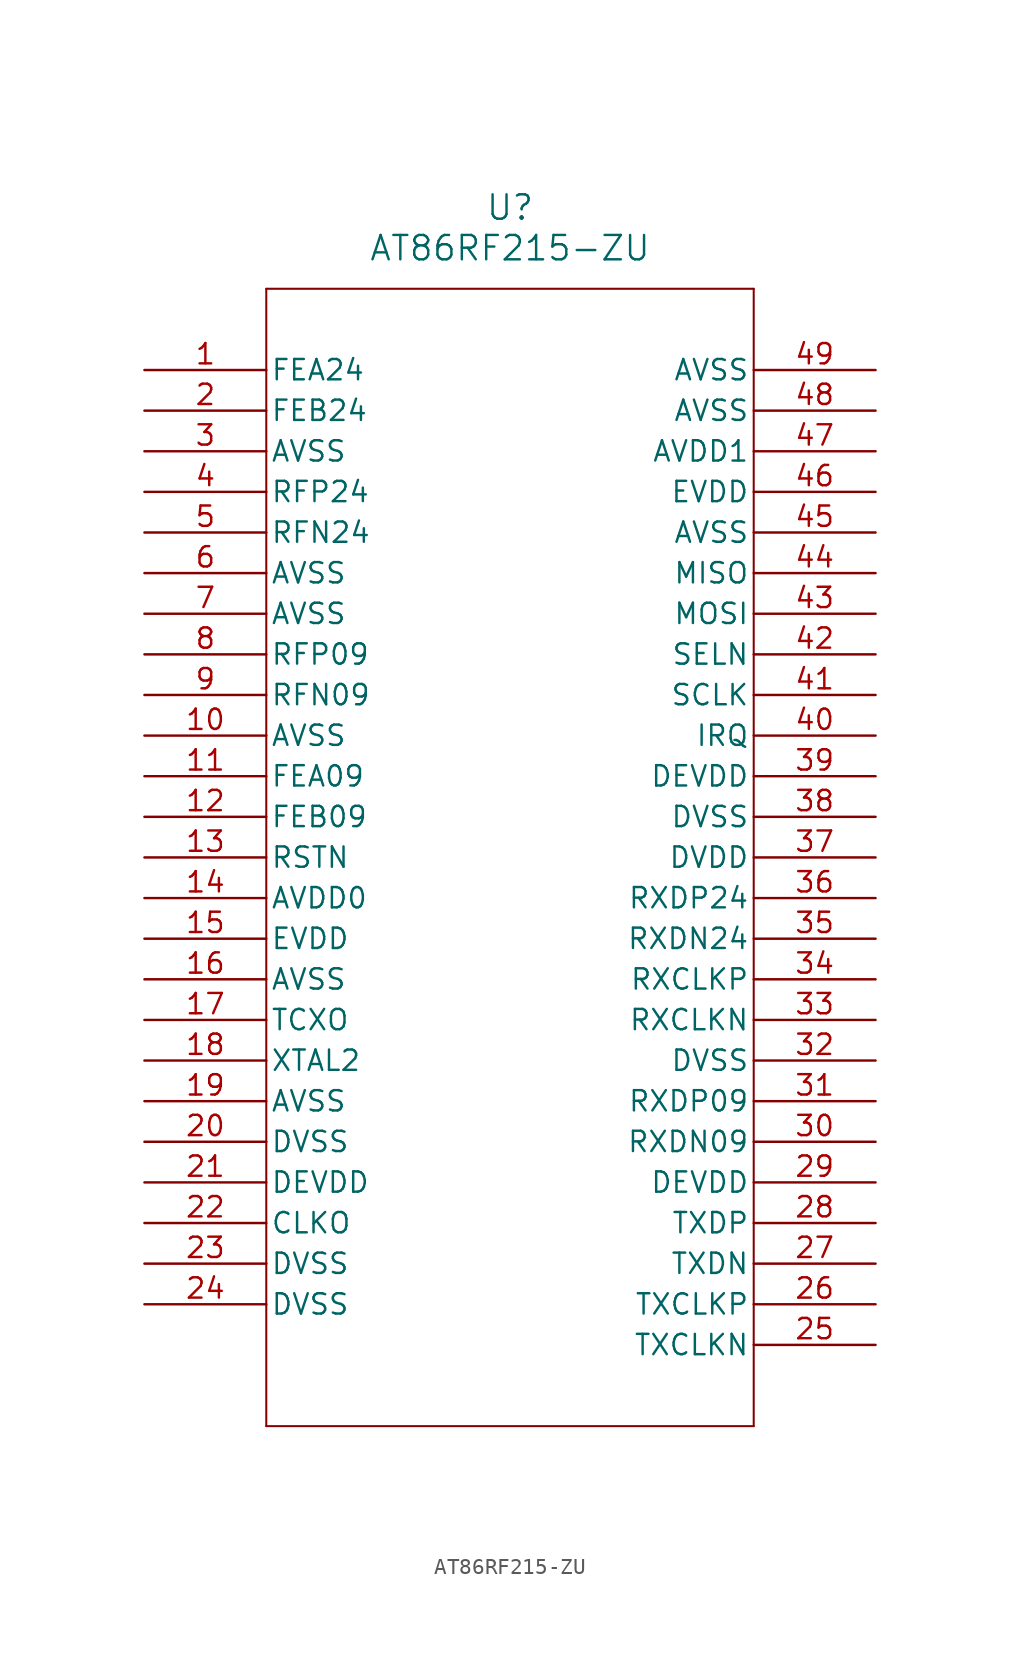
<source format=kicad_sym>
(kicad_symbol_lib
  (version 20211014)
  (generator kicad_symbol_editor)
  (symbol "AT86RF215-ZU"
    (pin_names
      (offset 0.254))
    (property "Reference" "U"
      (at 22.86 10.16 0)
      (effects (font (size 1.524 1.524))))
    (property "Value" "AT86RF215-ZU"
      (at 22.86 7.62 0)
      (effects (font (size 1.524 1.524))))
    (symbol "AT86RF215-ZU_0_1"
      (polyline (pts (xy 7.62 5.08) (xy 7.62 -66.04)) (stroke (width 0.127) (type default) (color 0 0 0 0)) (fill (type none)))
      (polyline (pts (xy 7.62 -66.04) (xy 38.1 -66.04)) (stroke (width 0.127) (type default) (color 0 0 0 0)) (fill (type none)))
      (polyline (pts (xy 38.1 -66.04) (xy 38.1 5.08)) (stroke (width 0.127) (type default) (color 0 0 0 0)) (fill (type none)))
      (polyline (pts (xy 38.1 5.08) (xy 7.62 5.08)) (stroke (width 0.127) (type default) (color 0 0 0 0)) (fill (type none)))
      (pin output line (at 0 0 0) (length 7.62) (name "FEA24" (effects (font (size 1.27 1.27)))) (number "1" (effects (font (size 1.27 1.27)))))
      (pin output line (at 0 -2.54 0) (length 7.62) (name "FEB24" (effects (font (size 1.27 1.27)))) (number "2" (effects (font (size 1.27 1.27)))))
      (pin power_out line (at 0 -5.08 0) (length 7.62) (name "AVSS" (effects (font (size 1.27 1.27)))) (number "3" (effects (font (size 1.27 1.27)))))
      (pin bidirectional line (at 0 -7.62 0) (length 7.62) (name "RFP24" (effects (font (size 1.27 1.27)))) (number "4" (effects (font (size 1.27 1.27)))))
      (pin bidirectional line (at 0 -10.16 0) (length 7.62) (name "RFN24" (effects (font (size 1.27 1.27)))) (number "5" (effects (font (size 1.27 1.27)))))
      (pin power_out line (at 0 -12.7 0) (length 7.62) (name "AVSS" (effects (font (size 1.27 1.27)))) (number "6" (effects (font (size 1.27 1.27)))))
      (pin power_out line (at 0 -15.24 0) (length 7.62) (name "AVSS" (effects (font (size 1.27 1.27)))) (number "7" (effects (font (size 1.27 1.27)))))
      (pin bidirectional line (at 0 -17.78 0) (length 7.62) (name "RFP09" (effects (font (size 1.27 1.27)))) (number "8" (effects (font (size 1.27 1.27)))))
      (pin bidirectional line (at 0 -20.32 0) (length 7.62) (name "RFN09" (effects (font (size 1.27 1.27)))) (number "9" (effects (font (size 1.27 1.27)))))
      (pin power_out line (at 0 -22.86 0) (length 7.62) (name "AVSS" (effects (font (size 1.27 1.27)))) (number "10" (effects (font (size 1.27 1.27)))))
      (pin output line (at 0 -25.4 0) (length 7.62) (name "FEA09" (effects (font (size 1.27 1.27)))) (number "11" (effects (font (size 1.27 1.27)))))
      (pin output line (at 0 -27.94 0) (length 7.62) (name "FEB09" (effects (font (size 1.27 1.27)))) (number "12" (effects (font (size 1.27 1.27)))))
      (pin input line (at 0 -30.48 0) (length 7.62) (name "RSTN" (effects (font (size 1.27 1.27)))) (number "13" (effects (font (size 1.27 1.27)))))
      (pin power_in line (at 0 -33.02 0) (length 7.62) (name "AVDD0" (effects (font (size 1.27 1.27)))) (number "14" (effects (font (size 1.27 1.27)))))
      (pin power_in line (at 0 -35.56 0) (length 7.62) (name "EVDD" (effects (font (size 1.27 1.27)))) (number "15" (effects (font (size 1.27 1.27)))))
      (pin power_out line (at 0 -38.1 0) (length 7.62) (name "AVSS" (effects (font (size 1.27 1.27)))) (number "16" (effects (font (size 1.27 1.27)))))
      (pin input line (at 0 -40.64 0) (length 7.62) (name "TCXO" (effects (font (size 1.27 1.27)))) (number "17" (effects (font (size 1.27 1.27)))))
      (pin output line (at 0 -43.18 0) (length 7.62) (name "XTAL2" (effects (font (size 1.27 1.27)))) (number "18" (effects (font (size 1.27 1.27)))))
      (pin power_out line (at 0 -45.72 0) (length 7.62) (name "AVSS" (effects (font (size 1.27 1.27)))) (number "19" (effects (font (size 1.27 1.27)))))
      (pin power_out line (at 0 -48.26 0) (length 7.62) (name "DVSS" (effects (font (size 1.27 1.27)))) (number "20" (effects (font (size 1.27 1.27)))))
      (pin power_in line (at 0 -50.8 0) (length 7.62) (name "DEVDD" (effects (font (size 1.27 1.27)))) (number "21" (effects (font (size 1.27 1.27)))))
      (pin output line (at 0 -53.34 0) (length 7.62) (name "CLKO" (effects (font (size 1.27 1.27)))) (number "22" (effects (font (size 1.27 1.27)))))
      (pin power_out line (at 0 -55.88 0) (length 7.62) (name "DVSS" (effects (font (size 1.27 1.27)))) (number "23" (effects (font (size 1.27 1.27)))))
      (pin power_out line (at 0 -58.42 0) (length 7.62) (name "DVSS" (effects (font (size 1.27 1.27)))) (number "24" (effects (font (size 1.27 1.27)))))
      (pin input line (at 45.72 -60.96 180) (length 7.62) (name "TXCLKN" (effects (font (size 1.27 1.27)))) (number "25" (effects (font (size 1.27 1.27)))))
      (pin input line (at 45.72 -58.42 180) (length 7.62) (name "TXCLKP" (effects (font (size 1.27 1.27)))) (number "26" (effects (font (size 1.27 1.27)))))
      (pin input line (at 45.72 -55.88 180) (length 7.62) (name "TXDN" (effects (font (size 1.27 1.27)))) (number "27" (effects (font (size 1.27 1.27)))))
      (pin input line (at 45.72 -53.34 180) (length 7.62) (name "TXDP" (effects (font (size 1.27 1.27)))) (number "28" (effects (font (size 1.27 1.27)))))
      (pin power_in line (at 45.72 -50.8 180) (length 7.62) (name "DEVDD" (effects (font (size 1.27 1.27)))) (number "29" (effects (font (size 1.27 1.27)))))
      (pin output line (at 45.72 -48.26 180) (length 7.62) (name "RXDN09" (effects (font (size 1.27 1.27)))) (number "30" (effects (font (size 1.27 1.27)))))
      (pin output line (at 45.72 -45.72 180) (length 7.62) (name "RXDP09" (effects (font (size 1.27 1.27)))) (number "31" (effects (font (size 1.27 1.27)))))
      (pin power_out line (at 45.72 -43.18 180) (length 7.62) (name "DVSS" (effects (font (size 1.27 1.27)))) (number "32" (effects (font (size 1.27 1.27)))))
      (pin output line (at 45.72 -40.64 180) (length 7.62) (name "RXCLKN" (effects (font (size 1.27 1.27)))) (number "33" (effects (font (size 1.27 1.27)))))
      (pin output line (at 45.72 -38.1 180) (length 7.62) (name "RXCLKP" (effects (font (size 1.27 1.27)))) (number "34" (effects (font (size 1.27 1.27)))))
      (pin output line (at 45.72 -35.56 180) (length 7.62) (name "RXDN24" (effects (font (size 1.27 1.27)))) (number "35" (effects (font (size 1.27 1.27)))))
      (pin output line (at 45.72 -33.02 180) (length 7.62) (name "RXDP24" (effects (font (size 1.27 1.27)))) (number "36" (effects (font (size 1.27 1.27)))))
      (pin power_in line (at 45.72 -30.48 180) (length 7.62) (name "DVDD" (effects (font (size 1.27 1.27)))) (number "37" (effects (font (size 1.27 1.27)))))
      (pin power_out line (at 45.72 -27.94 180) (length 7.62) (name "DVSS" (effects (font (size 1.27 1.27)))) (number "38" (effects (font (size 1.27 1.27)))))
      (pin power_in line (at 45.72 -25.4 180) (length 7.62) (name "DEVDD" (effects (font (size 1.27 1.27)))) (number "39" (effects (font (size 1.27 1.27)))))
      (pin output line (at 45.72 -22.86 180) (length 7.62) (name "IRQ" (effects (font (size 1.27 1.27)))) (number "40" (effects (font (size 1.27 1.27)))))
      (pin input line (at 45.72 -20.32 180) (length 7.62) (name "SCLK" (effects (font (size 1.27 1.27)))) (number "41" (effects (font (size 1.27 1.27)))))
      (pin input line (at 45.72 -17.78 180) (length 7.62) (name "SELN" (effects (font (size 1.27 1.27)))) (number "42" (effects (font (size 1.27 1.27)))))
      (pin input line (at 45.72 -15.24 180) (length 7.62) (name "MOSI" (effects (font (size 1.27 1.27)))) (number "43" (effects (font (size 1.27 1.27)))))
      (pin output line (at 45.72 -12.7 180) (length 7.62) (name "MISO" (effects (font (size 1.27 1.27)))) (number "44" (effects (font (size 1.27 1.27)))))
      (pin power_out line (at 45.72 -10.16 180) (length 7.62) (name "AVSS" (effects (font (size 1.27 1.27)))) (number "45" (effects (font (size 1.27 1.27)))))
      (pin power_in line (at 45.72 -7.62 180) (length 7.62) (name "EVDD" (effects (font (size 1.27 1.27)))) (number "46" (effects (font (size 1.27 1.27)))))
      (pin power_in line (at 45.72 -5.08 180) (length 7.62) (name "AVDD1" (effects (font (size 1.27 1.27)))) (number "47" (effects (font (size 1.27 1.27)))))
      (pin power_out line (at 45.72 -2.54 180) (length 7.62) (name "AVSS" (effects (font (size 1.27 1.27)))) (number "48" (effects (font (size 1.27 1.27)))))
      (pin power_out line (at 45.72 0 180) (length 7.62) (name "AVSS" (effects (font (size 1.27 1.27)))) (number "49" (effects (font (size 1.27 1.27))))))))
</source>
